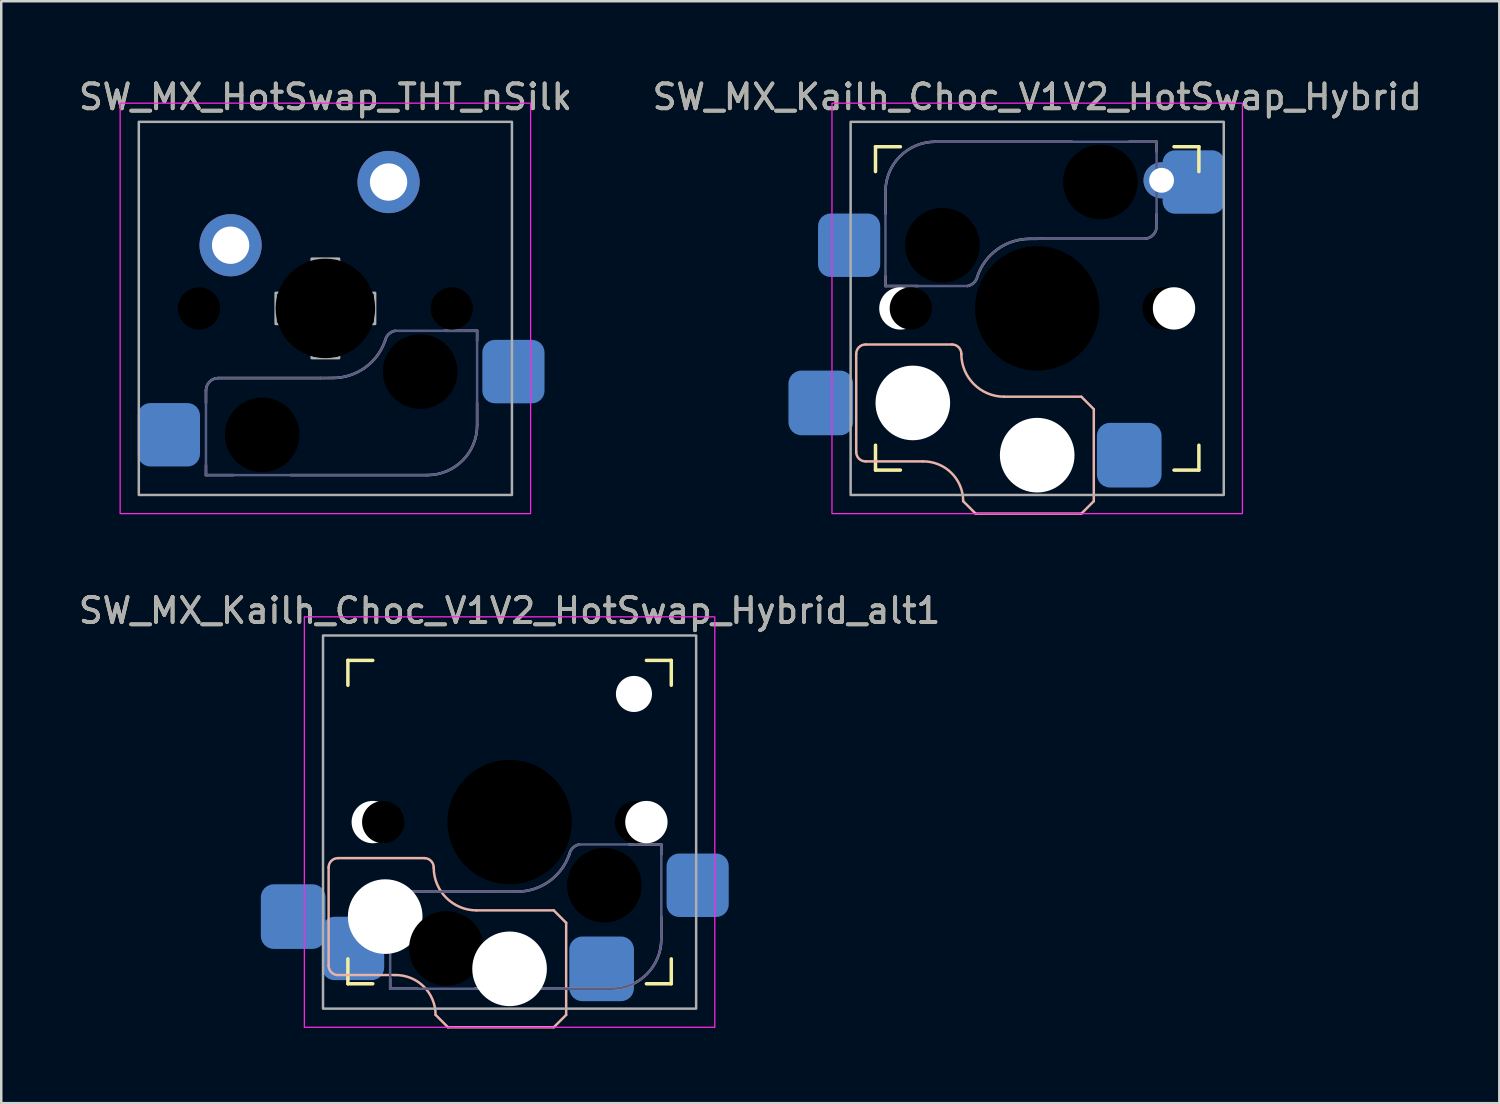
<source format=kicad_pcb>
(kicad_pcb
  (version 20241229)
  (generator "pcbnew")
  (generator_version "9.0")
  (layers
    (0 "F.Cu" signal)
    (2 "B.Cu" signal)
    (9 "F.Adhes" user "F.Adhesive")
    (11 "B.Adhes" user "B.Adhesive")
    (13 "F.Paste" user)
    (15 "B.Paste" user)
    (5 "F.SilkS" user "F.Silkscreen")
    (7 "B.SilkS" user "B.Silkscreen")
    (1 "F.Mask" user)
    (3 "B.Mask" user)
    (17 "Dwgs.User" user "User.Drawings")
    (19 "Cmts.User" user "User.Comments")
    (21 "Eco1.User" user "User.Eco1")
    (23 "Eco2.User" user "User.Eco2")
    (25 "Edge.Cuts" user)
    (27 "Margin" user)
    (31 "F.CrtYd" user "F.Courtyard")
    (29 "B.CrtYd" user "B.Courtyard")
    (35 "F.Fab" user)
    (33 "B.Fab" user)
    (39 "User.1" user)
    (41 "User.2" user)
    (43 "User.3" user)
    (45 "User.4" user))
  (footprint "SW_MX_Kailh_Choc_V1V2_HotSwap_Hybrid"
    (layer "F.Cu")
    (at 38.645 9.348)
    (property "Reference" "SW_MX_Kailh_Choc_V1V2_HotSwap_Hybrid" (at 0 -8.5 0) (unlocked yes) (layer "F.SilkS") (effects (font (size 1 1) (thickness 0.15))))
    (attr smd)
    (fp_line (start -6.5 -5.5) (end -6.5 -6.5) (stroke (width 0.14) (type solid)) (layer "F.SilkS"))
    (fp_line (start -6.5 6.5) (end -6.5 5.5) (stroke (width 0.14) (type solid)) (layer "F.SilkS"))
    (fp_line (start -6.5 6.5) (end -5.5 6.5) (stroke (width 0.14) (type solid)) (layer "F.SilkS"))
    (fp_line (start -5.5 -6.5) (end -6.5 -6.5) (stroke (width 0.14) (type solid)) (layer "F.SilkS"))
    (fp_line (start 5.5 6.5) (end 6.5 6.5) (stroke (width 0.14) (type solid)) (layer "F.SilkS"))
    (fp_line (start 6.5 -6.5) (end 5.5 -6.5) (stroke (width 0.14) (type solid)) (layer "F.SilkS"))
    (fp_line (start 6.5 -6.5) (end 6.5 -5.5) (stroke (width 0.14) (type solid)) (layer "F.SilkS"))
    (fp_line (start 6.5 5.5) (end 6.5 6.5) (stroke (width 0.14) (type solid)) (layer "F.SilkS"))
    (fp_line (start -7.275 5.775) (end -7.275 1.825) (stroke (width 0.1) (type default)) (layer "B.SilkS"))
    (fp_line (start -6.9 1.45) (end -3.425 1.45) (stroke (width 0.1) (type default)) (layer "B.SilkS"))
    (fp_line (start -6.9 6.15) (end -4.6 6.15) (stroke (width 0.1) (type default)) (layer "B.SilkS"))
    (fp_line (start -6.1 -3.8) (end -6.1 -4.7) (stroke (width 0.1) (type default)) (layer "B.SilkS"))
    (fp_line (start -6.1 -0.9) (end -6.1 -1.3) (stroke (width 0.1) (type default)) (layer "B.SilkS"))
    (fp_line (start -6.1 -0.9) (end -4.8 -0.9) (stroke (width 0.1) (type default)) (layer "B.SilkS"))
    (fp_line (start -4.1 -6.7) (end 1.4 -6.7) (stroke (width 0.1) (type default)) (layer "B.SilkS"))
    (fp_line (start -2.475 8.25) (end -2.975 7.75) (stroke (width 0.1) (type default)) (layer "B.SilkS"))
    (fp_line (start -1.325 3.55) (end 1.775 3.55) (stroke (width 0.1) (type default)) (layer "B.SilkS"))
    (fp_line (start 1.775 8.25) (end -2.475 8.25) (stroke (width 0.1) (type default)) (layer "B.SilkS"))
    (fp_line (start 2.275 4.05) (end 1.775 3.55) (stroke (width 0.1) (type default)) (layer "B.SilkS"))
    (fp_line (start 2.275 4.05) (end 2.275 7.75) (stroke (width 0.1) (type default)) (layer "B.SilkS"))
    (fp_line (start 2.275 7.75) (end 1.775 8.25) (stroke (width 0.1) (type default)) (layer "B.SilkS"))
    (fp_line (start 3.7 -6.7) (end 4.8 -6.7) (stroke (width 0.1) (type default)) (layer "B.SilkS"))
    (fp_line (start 4.3 -2.8) (end 0.2 -2.8) (stroke (width 0.1) (type default)) (layer "B.SilkS"))
    (fp_line (start 4.8 -6.7) (end 4.8 -6.3) (stroke (width 0.1) (type default)) (layer "B.SilkS"))
    (fp_line (start 4.8 -3.8) (end 4.8 -3.3) (stroke (width 0.1) (type default)) (layer "B.SilkS"))
    (fp_arc (start -7.275 1.825) (mid -7.165165 1.559835) (end -6.9 1.45) (stroke (width 0.1) (type default)) (layer "B.SilkS"))
    (fp_arc (start -6.9 6.15) (mid -7.165165 6.040165) (end -7.275 5.775) (stroke (width 0.1) (type default)) (layer "B.SilkS"))
    (fp_arc (start -6.1 -4.7) (mid -5.514214 -6.114214) (end -4.1 -6.7) (stroke (width 0.1) (type default)) (layer "B.SilkS"))
    (fp_arc (start -4.600195 6.15) (mid -3.45256 6.609686) (end -2.975 7.75) (stroke (width 0.1) (type default)) (layer "B.SilkS"))
    (fp_arc (start -3.425 1.45) (mid -3.159835 1.559835) (end -3.05 1.825) (stroke (width 0.1) (type default)) (layer "B.SilkS"))
    (fp_arc (start -2.401036 -1.294955) (mid -2.541271 -1.037629) (end -2.8 -0.900001) (stroke (width 0.1) (type default)) (layer "B.SilkS"))
    (fp_arc (start -2.399704 -1.298499) (mid -1.589671 -2.383608) (end -0.300049 -2.796514) (stroke (width 0.1) (type default)) (layer "B.SilkS"))
    (fp_arc (start -1.325 3.55) (mid -2.544759 3.044759) (end -3.05 1.825) (stroke (width 0.1) (type default)) (layer "B.SilkS"))
    (fp_arc (start -0.300049 -2.796514) (mid -0.050035 -2.79971) (end 0.2 -2.8) (stroke (width 0.1) (type default)) (layer "B.SilkS"))
    (fp_arc (start 4.8 -3.3) (mid 4.653553 -2.946447) (end 4.3 -2.8) (stroke (width 0.1) (type default)) (layer "B.SilkS"))
    (fp_rect (start -8.25 -8.25) (end 8.25 8.25) (stroke (width 0.05) (type solid)) (fill no) (layer "F.CrtYd"))
    (fp_line (start -6.1 -0.9) (end -6.1 -4.7) (stroke (width 0.1) (type default)) (layer "B.Fab"))
    (fp_line (start -6.1 -0.9) (end -2.8 -0.9) (stroke (width 0.1) (type default)) (layer "B.Fab"))
    (fp_line (start -4.1 -6.7) (end 4.8 -6.7) (stroke (width 0.1) (type default)) (layer "B.Fab"))
    (fp_line (start 4.3 -2.8) (end 0.2 -2.8) (stroke (width 0.1) (type default)) (layer "B.Fab"))
    (fp_line (start 4.8 -6.7) (end 4.8 -3.3) (stroke (width 0.1) (type default)) (layer "B.Fab"))
    (fp_arc (start -6.1 -4.7) (mid -5.514214 -6.114214) (end -4.1 -6.7) (stroke (width 0.1) (type default)) (layer "B.Fab"))
    (fp_arc (start -2.401036 -1.294955) (mid -2.541271 -1.037629) (end -2.8 -0.900001) (stroke (width 0.1) (type default)) (layer "B.Fab"))
    (fp_arc (start -2.399704 -1.298499) (mid -1.589673 -2.383612) (end -0.300049 -2.796514) (stroke (width 0.1) (type default)) (layer "B.Fab"))
    (fp_arc (start -0.300049 -2.796514) (mid -0.050035 -2.79971) (end 0.2 -2.8) (stroke (width 0.1) (type default)) (layer "B.Fab"))
    (fp_arc (start 4.8 -3.3) (mid 4.653553 -2.946447) (end 4.3 -2.8) (stroke (width 0.1) (type default)) (layer "B.Fab"))
    (fp_rect (start -7.5 -7.5) (end 7.5 7.5) (stroke (width 0.1) (type solid)) (fill no) (layer "F.Fab"))
    (fp_text user "${REFERENCE}" (at 0 -8.5 0) (unlocked yes) (layer "F.Fab") (effects (font (size 1 1) (thickness 0.15))))
    (pad "" np_thru_hole circle (at -5.5 0) (size 1.702 1.702) (drill 1.702) (layers "*.Cu" "*.Mask"))
    (pad "" np_thru_hole circle (at -5.08 0 180) (size 1.7 1.7) (drill 1.7) (layers "*.Mask"))
    (pad "" np_thru_hole circle (at -5 3.8) (size 3 3) (drill 3) (layers "*.Cu" "*.Mask"))
    (pad "" np_thru_hole circle (at -3.81 -2.54 180) (size 3 3) (drill 3) (layers "*.Mask"))
    (pad "" np_thru_hole circle (at 0 0 180) (size 5 5) (drill 5) (layers "*.Mask"))
    (pad "" np_thru_hole circle (at 0 5.9) (size 3 3) (drill 3) (layers "*.Cu" "*.Mask"))
    (pad "" np_thru_hole circle (at 2.54 -5.08 180) (size 3 3) (drill 3) (layers "*.Mask"))
    (pad "" np_thru_hole circle (at 5.08 0 180) (size 1.7 1.7) (drill 1.7) (layers "*.Mask"))
    (pad "" np_thru_hole circle (at 5.5 0) (size 1.702 1.702) (drill 1.702) (layers "*.Cu" "*.Mask"))
    (pad "1" smd roundrect (at 3.7 5.9) (size 2.6 2.6) (layers "B.Cu" "B.Mask" "B.Paste") (roundrect_rratio 0.2))
    (pad "1" thru_hole circle (at 5 -5.15) (size 1.45 1.45) (drill 1) (layers "*.Cu" "B.Mask"))
    (pad "1" smd roundrect (at 6.29 -5.08 180) (size 2.5 2.55) (layers "B.Cu" "B.Mask" "B.Paste") (roundrect_rratio 0.2))
    (pad "2" smd roundrect (at -8.7 3.8) (size 2.6 2.6) (layers "B.Cu" "B.Mask" "B.Paste") (roundrect_rratio 0.2))
    (pad "2" smd roundrect (at -7.56 -2.54 180) (size 2.5 2.55) (layers "B.Cu" "B.Mask" "B.Paste") (roundrect_rratio 0.2)))
  (footprint "SW_MX_Kailh_Choc_V1V2_HotSwap_Hybrid_alt1"
    (layer "F.Cu")
    (at 17.435 29.997)
    (property "Reference" "SW_MX_Kailh_Choc_V1V2_HotSwap_Hybrid_alt1" (at 0 -8.5 0) (unlocked yes) (layer "F.SilkS") (effects (font (size 1 1) (thickness 0.15))))
    (attr smd)
    (fp_line (start -6.5 -5.5) (end -6.5 -6.5) (stroke (width 0.14) (type solid)) (layer "F.SilkS"))
    (fp_line (start -6.5 6.5) (end -6.5 5.5) (stroke (width 0.14) (type solid)) (layer "F.SilkS"))
    (fp_line (start -6.5 6.5) (end -5.5 6.5) (stroke (width 0.14) (type solid)) (layer "F.SilkS"))
    (fp_line (start -5.5 -6.5) (end -6.5 -6.5) (stroke (width 0.14) (type solid)) (layer "F.SilkS"))
    (fp_line (start 5.5 6.5) (end 6.5 6.5) (stroke (width 0.14) (type solid)) (layer "F.SilkS"))
    (fp_line (start 6.5 -6.5) (end 5.5 -6.5) (stroke (width 0.14) (type solid)) (layer "F.SilkS"))
    (fp_line (start 6.5 -6.5) (end 6.5 -5.5) (stroke (width 0.14) (type solid)) (layer "F.SilkS"))
    (fp_line (start 6.5 5.5) (end 6.5 6.5) (stroke (width 0.14) (type solid)) (layer "F.SilkS"))
    (fp_line (start -7.275 5.775) (end -7.275 1.825) (stroke (width 0.1) (type default)) (layer "B.SilkS"))
    (fp_line (start -6.9 1.45) (end -3.425 1.45) (stroke (width 0.1) (type default)) (layer "B.SilkS"))
    (fp_line (start -6.9 6.15) (end -4.6 6.15) (stroke (width 0.1) (type default)) (layer "B.SilkS"))
    (fp_line (start -4.8 3.8) (end -4.8 3.3) (stroke (width 0.1) (type default)) (layer "B.SilkS"))
    (fp_line (start -4.8 6.7) (end -4.8 6.3) (stroke (width 0.1) (type default)) (layer "B.SilkS"))
    (fp_line (start -4.3 2.8) (end -0.2 2.8) (stroke (width 0.1) (type default)) (layer "B.SilkS"))
    (fp_line (start -3.7 6.7) (end -4.8 6.7) (stroke (width 0.1) (type default)) (layer "B.SilkS"))
    (fp_line (start -2.475 8.25) (end -2.975 7.75) (stroke (width 0.1) (type default)) (layer "B.SilkS"))
    (fp_line (start -1.325 3.55) (end 1.775 3.55) (stroke (width 0.1) (type default)) (layer "B.SilkS"))
    (fp_line (start 1.775 8.25) (end -2.475 8.25) (stroke (width 0.1) (type default)) (layer "B.SilkS"))
    (fp_line (start 2.275 4.05) (end 1.775 3.55) (stroke (width 0.1) (type default)) (layer "B.SilkS"))
    (fp_line (start 2.275 4.05) (end 2.275 7.75) (stroke (width 0.1) (type default)) (layer "B.SilkS"))
    (fp_line (start 2.275 7.75) (end 1.775 8.25) (stroke (width 0.1) (type default)) (layer "B.SilkS"))
    (fp_line (start 4.1 6.7) (end -1.4 6.7) (stroke (width 0.1) (type default)) (layer "B.SilkS"))
    (fp_line (start 6.1 0.9) (end 4.8 0.9) (stroke (width 0.1) (type default)) (layer "B.SilkS"))
    (fp_line (start 6.1 0.9) (end 6.1 1.3) (stroke (width 0.1) (type default)) (layer "B.SilkS"))
    (fp_line (start 6.1 3.8) (end 6.1 4.7) (stroke (width 0.1) (type default)) (layer "B.SilkS"))
    (fp_arc (start -7.275 1.825) (mid -7.165165 1.559835) (end -6.9 1.45) (stroke (width 0.1) (type default)) (layer "B.SilkS"))
    (fp_arc (start -6.9 6.15) (mid -7.165165 6.040165) (end -7.275 5.775) (stroke (width 0.1) (type default)) (layer "B.SilkS"))
    (fp_arc (start -4.8 3.3) (mid -4.653553 2.946447) (end -4.3 2.8) (stroke (width 0.1) (type default)) (layer "B.SilkS"))
    (fp_arc (start -4.600195 6.15) (mid -3.45256 6.609686) (end -2.975 7.75) (stroke (width 0.1) (type default)) (layer "B.SilkS"))
    (fp_arc (start -3.425 1.45) (mid -3.159835 1.559835) (end -3.05 1.825) (stroke (width 0.1) (type default)) (layer "B.SilkS"))
    (fp_arc (start -1.325 3.55) (mid -2.544759 3.044759) (end -3.05 1.825) (stroke (width 0.1) (type default)) (layer "B.SilkS"))
    (fp_arc (start 0.300049 2.796514) (mid 0.050035 2.79971) (end -0.2 2.8) (stroke (width 0.1) (type default)) (layer "B.SilkS"))
    (fp_arc (start 2.399704 1.298499) (mid 1.589671 2.383608) (end 0.300049 2.796514) (stroke (width 0.1) (type default)) (layer "B.SilkS"))
    (fp_arc (start 2.401036 1.294955) (mid 2.541271 1.037629) (end 2.8 0.900001) (stroke (width 0.1) (type default)) (layer "B.SilkS"))
    (fp_arc (start 6.1 4.7) (mid 5.514214 6.114214) (end 4.1 6.7) (stroke (width 0.1) (type default)) (layer "B.SilkS"))
    (fp_rect (start -8.25 -8.25) (end 8.25 8.25) (stroke (width 0.05) (type solid)) (fill no) (layer "F.CrtYd"))
    (fp_line (start -4.8 6.7) (end -4.8 3.3) (stroke (width 0.1) (type default)) (layer "B.Fab"))
    (fp_line (start -4.3 2.8) (end -0.2 2.8) (stroke (width 0.1) (type default)) (layer "B.Fab"))
    (fp_line (start 4.1 6.7) (end -4.8 6.7) (stroke (width 0.1) (type default)) (layer "B.Fab"))
    (fp_line (start 6.1 0.9) (end 2.8 0.9) (stroke (width 0.1) (type default)) (layer "B.Fab"))
    (fp_line (start 6.1 0.9) (end 6.1 4.7) (stroke (width 0.1) (type default)) (layer "B.Fab"))
    (fp_arc (start -4.8 3.3) (mid -4.653553 2.946447) (end -4.3 2.8) (stroke (width 0.1) (type default)) (layer "B.Fab"))
    (fp_arc (start 0.300049 2.796514) (mid 0.050035 2.79971) (end -0.2 2.8) (stroke (width 0.1) (type default)) (layer "B.Fab"))
    (fp_arc (start 2.399704 1.298499) (mid 1.589673 2.383612) (end 0.300049 2.796514) (stroke (width 0.1) (type default)) (layer "B.Fab"))
    (fp_arc (start 2.401036 1.294955) (mid 2.541271 1.037629) (end 2.8 0.900001) (stroke (width 0.1) (type default)) (layer "B.Fab"))
    (fp_arc (start 6.1 4.7) (mid 5.514214 6.114214) (end 4.1 6.7) (stroke (width 0.1) (type default)) (layer "B.Fab"))
    (fp_rect (start -7.5 -7.5) (end 7.5 7.5) (stroke (width 0.1) (type solid)) (fill no) (layer "F.Fab"))
    (fp_text user "${REFERENCE}" (at 0 -8.5 0) (unlocked yes) (layer "F.Fab") (effects (font (size 1 1) (thickness 0.15))))
    (pad "" np_thru_hole circle (at -5.5 0) (size 1.702 1.702) (drill 1.702) (layers "*.Cu" "*.Mask"))
    (pad "" np_thru_hole circle (at -5.08 0 180) (size 1.7 1.7) (drill 1.7) (layers "*.Mask"))
    (pad "" np_thru_hole circle (at -5 3.8) (size 3 3) (drill 3) (layers "*.Cu" "*.Mask"))
    (pad "" np_thru_hole circle (at -2.54 5.08) (size 3 3) (drill 3) (layers "*.Mask"))
    (pad "" np_thru_hole circle (at 0 0) (size 5 5) (drill 5) (layers "*.Mask"))
    (pad "" np_thru_hole circle (at 0 5.9) (size 3 3) (drill 3) (layers "*.Cu" "*.Mask"))
    (pad "" np_thru_hole circle (at 3.81 2.54) (size 3 3) (drill 3) (layers "*.Mask"))
    (pad "" np_thru_hole circle (at 5 -5.15) (size 1.45 1.45) (drill 1.45) (layers "*.Cu" "*.Mask"))
    (pad "" np_thru_hole circle (at 5.08 0 180) (size 1.7 1.7) (drill 1.7) (layers "*.Mask"))
    (pad "" np_thru_hole circle (at 5.5 0) (size 1.702 1.702) (drill 1.702) (layers "*.Cu" "*.Mask"))
    (pad "1" smd roundrect (at 3.7 5.9) (size 2.6 2.6) (layers "B.Cu" "B.Mask" "B.Paste") (roundrect_rratio 0.2))
    (pad "1" smd roundrect (at 7.56 2.54) (size 2.5 2.55) (layers "B.Cu" "B.Mask" "B.Paste") (roundrect_rratio 0.2))
    (pad "2" smd roundrect (at -8.7 3.8) (size 2.6 2.6) (layers "B.Cu" "B.Mask" "B.Paste") (roundrect_rratio 0.2))
    (pad "2" smd roundrect (at -6.29 5.08) (size 2.5 2.55) (layers "B.Cu" "B.Mask" "B.Paste") (roundrect_rratio 0.2)))
  (footprint "SW_MX_HotSwap_THT_nSilk"
    (layer "F.Cu")
    (at 10.03 9.348)
    (property "Reference" "SW_MX_HotSwap_THT_nSilk" (at 0.008 -8.5 0) (unlocked yes) (layer "F.SilkS") (effects (font (size 1 1) (thickness 0.15))))
    (attr through_hole)
    (fp_line (start -4.8 3.8) (end -4.8 3.3) (stroke (width 0.1) (type default)) (layer "B.SilkS"))
    (fp_line (start -4.8 6.7) (end -4.8 6.3) (stroke (width 0.1) (type default)) (layer "B.SilkS"))
    (fp_line (start -4.3 2.8) (end -0.2 2.8) (stroke (width 0.1) (type default)) (layer "B.SilkS"))
    (fp_line (start -3.7 6.7) (end -4.8 6.7) (stroke (width 0.1) (type default)) (layer "B.SilkS"))
    (fp_line (start 4.1 6.7) (end -1.4 6.7) (stroke (width 0.1) (type default)) (layer "B.SilkS"))
    (fp_line (start 6.1 0.9) (end 4.8 0.9) (stroke (width 0.1) (type default)) (layer "B.SilkS"))
    (fp_line (start 6.1 0.9) (end 6.1 1.3) (stroke (width 0.1) (type default)) (layer "B.SilkS"))
    (fp_line (start 6.1 3.8) (end 6.1 4.7) (stroke (width 0.1) (type default)) (layer "B.SilkS"))
    (fp_arc (start -4.8 3.3) (mid -4.653553 2.946447) (end -4.3 2.8) (stroke (width 0.1) (type default)) (layer "B.SilkS"))
    (fp_arc (start 0.300049 2.796514) (mid 0.050035 2.79971) (end -0.2 2.8) (stroke (width 0.1) (type default)) (layer "B.SilkS"))
    (fp_arc (start 2.399704 1.298499) (mid 1.589672 2.383609) (end 0.300049 2.796514) (stroke (width 0.1) (type default)) (layer "B.SilkS"))
    (fp_arc (start 2.401036 1.294955) (mid 2.541271 1.037629) (end 2.8 0.900001) (stroke (width 0.1) (type default)) (layer "B.SilkS"))
    (fp_arc (start 6.1 4.7) (mid 5.514214 6.114214) (end 4.1 6.7) (stroke (width 0.1) (type default)) (layer "B.SilkS"))
    (fp_rect (start -8.25 -8.25) (end 8.25 8.25) (stroke (width 0.05) (type solid)) (fill no) (layer "F.CrtYd"))
    (fp_line (start -4.8 6.7) (end -4.8 3.3) (stroke (width 0.1) (type default)) (layer "B.Fab"))
    (fp_line (start -4.3 2.8) (end -0.2 2.8) (stroke (width 0.1) (type default)) (layer "B.Fab"))
    (fp_line (start 4.1 6.7) (end -4.8 6.7) (stroke (width 0.1) (type default)) (layer "B.Fab"))
    (fp_line (start 6.1 0.9) (end 2.8 0.9) (stroke (width 0.1) (type default)) (layer "B.Fab"))
    (fp_line (start 6.1 0.9) (end 6.1 4.7) (stroke (width 0.1) (type default)) (layer "B.Fab"))
    (fp_arc (start -4.8 3.3) (mid -4.653553 2.946447) (end -4.3 2.8) (stroke (width 0.1) (type default)) (layer "B.Fab"))
    (fp_arc (start 0.300049 2.796514) (mid 0.050035 2.79971) (end -0.2 2.8) (stroke (width 0.1) (type default)) (layer "B.Fab"))
    (fp_arc (start 2.399704 1.298499) (mid 1.589672 2.38361) (end 0.300049 2.796514) (stroke (width 0.1) (type default)) (layer "B.Fab"))
    (fp_arc (start 2.401036 1.294955) (mid 2.541271 1.037629) (end 2.8 0.900001) (stroke (width 0.1) (type default)) (layer "B.Fab"))
    (fp_arc (start 6.1 4.7) (mid 5.514214 6.114214) (end 4.1 6.7) (stroke (width 0.1) (type default)) (layer "B.Fab"))
    (fp_rect (start -7.5 -7.5) (end 7.5 7.5) (stroke (width 0.1) (type solid)) (fill no) (layer "F.Fab"))
    (fp_poly (pts (xy -2 -0.625) (xy -0.55 -0.625) (xy -0.55 -2) (xy 0.55 -2) (xy 0.55 -0.625) (xy 2 -0.625) (xy 2 0.625) (xy 0.55 0.625) (xy 0.55 2) (xy -0.55 2) (xy -0.55 0.625) (xy -2 0.625)) (stroke (width 0.1) (type solid)) (fill no) (layer "F.Fab"))
    (fp_text user "${REFERENCE}" (at 0 -8.5 0) (unlocked yes) (layer "F.Fab") (effects (font (size 1 1) (thickness 0.15))))
    (pad "" np_thru_hole circle (at -5.08 0) (size 1.7 1.7) (drill 1.7) (layers "*.Mask"))
    (pad "" np_thru_hole circle (at -2.54 5.08) (size 3 3) (drill 3) (layers "*.Mask"))
    (pad "" np_thru_hole circle (at 0 0) (size 4 4) (drill 4) (layers "*.Mask"))
    (pad "" np_thru_hole circle (at 3.81 2.54) (size 3 3) (drill 3) (layers "*.Mask"))
    (pad "" np_thru_hole circle (at 5.08 0) (size 1.7 1.7) (drill 1.7) (layers "*.Mask"))
    (pad "1" smd roundrect (at -6.29 5.08) (size 2.5 2.55) (layers "B.Cu" "B.Mask" "B.Paste") (roundrect_rratio 0.2))
    (pad "1" thru_hole circle (at -3.81 -2.54) (size 2.5 2.5) (drill 1.5) (layers "*.Cu" "*.Mask"))
    (pad "2" thru_hole circle (at 2.54 -5.08) (size 2.5 2.5) (drill 1.5) (layers "*.Cu" "*.Mask"))
    (pad "2" smd roundrect (at 7.56 2.54) (size 2.5 2.55) (layers "B.Cu" "B.Mask" "B.Paste") (roundrect_rratio 0.2)))
  (gr_rect
    (start -3 -3)
    (end 57.222 41.297)
    (stroke (width 0.1) (type default))
    (fill no)
    (layer "Edge.Cuts")))
</source>
